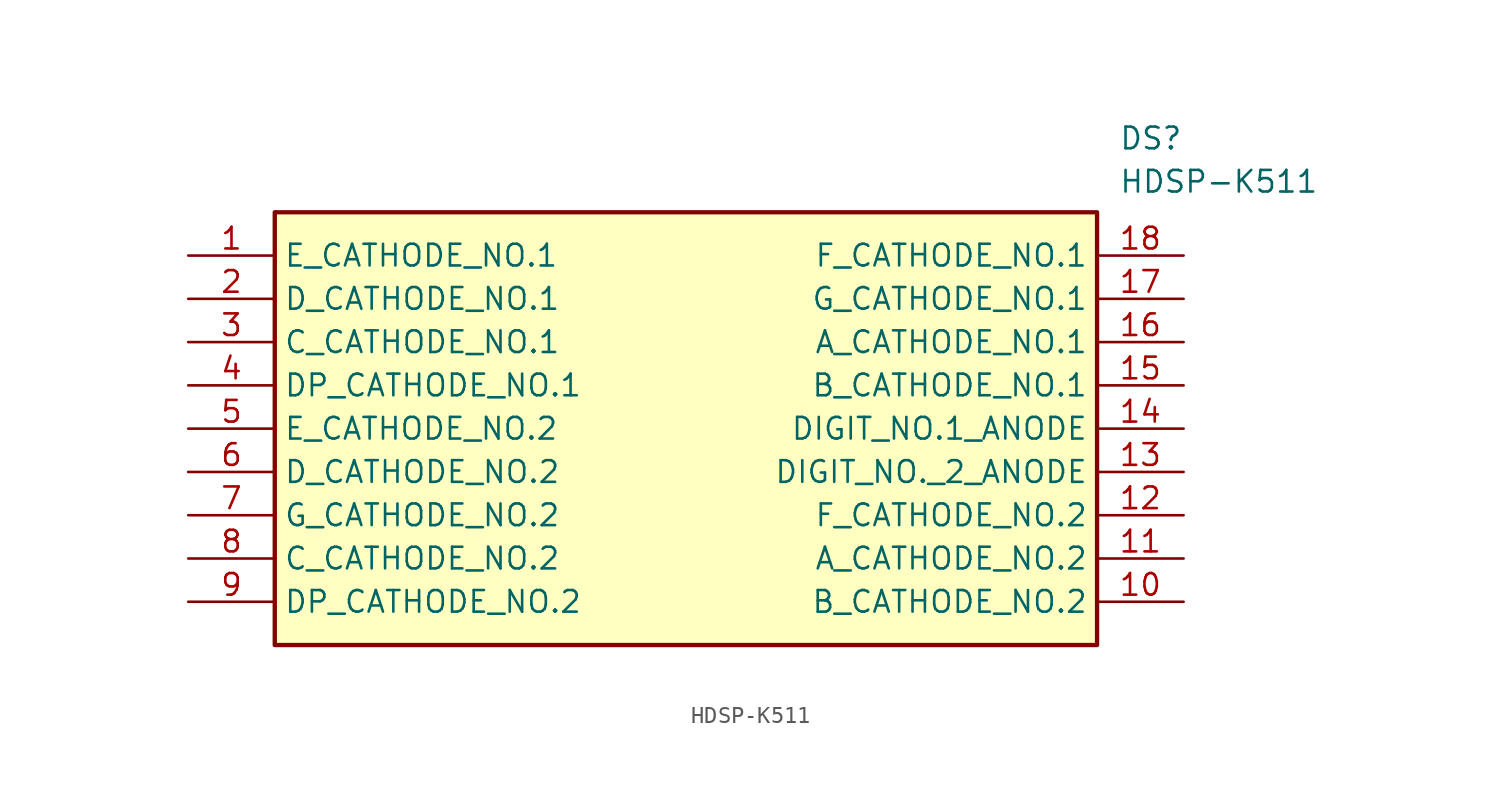
<source format=kicad_sym>
(kicad_symbol_lib
  (version 20211014)
  (generator SamacSys_ECAD_Model)
  (symbol "HDSP-K511"
    (property "Reference" "DS"
      (at 54.61 7.62 0)
      (effects (font (size 1.27 1.27)) (justify left top)))
    (property "Value" "HDSP-K511"
      (at 54.61 5.08 0)
      (effects (font (size 1.27 1.27)) (justify left top)))
    (rectangle
      (start 5.08 2.54)
      (end 53.34 -22.86)
      (stroke (width 0.254) (type default))
      (fill (type background)))
    (pin passive line
      (at 0 0 0)
      (length 5.08)
      (name "E_CATHODE_NO.1" (effects (font (size 1.27 1.27))))
      (number "1" (effects (font (size 1.27 1.27)))))
    (pin passive line
      (at 0 -2.54 0)
      (length 5.08)
      (name "D_CATHODE_NO.1" (effects (font (size 1.27 1.27))))
      (number "2" (effects (font (size 1.27 1.27)))))
    (pin passive line
      (at 0 -5.08 0)
      (length 5.08)
      (name "C_CATHODE_NO.1" (effects (font (size 1.27 1.27))))
      (number "3" (effects (font (size 1.27 1.27)))))
    (pin passive line
      (at 0 -7.62 0)
      (length 5.08)
      (name "DP_CATHODE_NO.1" (effects (font (size 1.27 1.27))))
      (number "4" (effects (font (size 1.27 1.27)))))
    (pin passive line
      (at 0 -10.16 0)
      (length 5.08)
      (name "E_CATHODE_NO.2" (effects (font (size 1.27 1.27))))
      (number "5" (effects (font (size 1.27 1.27)))))
    (pin passive line
      (at 0 -12.7 0)
      (length 5.08)
      (name "D_CATHODE_NO.2" (effects (font (size 1.27 1.27))))
      (number "6" (effects (font (size 1.27 1.27)))))
    (pin passive line
      (at 0 -15.24 0)
      (length 5.08)
      (name "G_CATHODE_NO.2" (effects (font (size 1.27 1.27))))
      (number "7" (effects (font (size 1.27 1.27)))))
    (pin passive line
      (at 0 -17.78 0)
      (length 5.08)
      (name "C_CATHODE_NO.2" (effects (font (size 1.27 1.27))))
      (number "8" (effects (font (size 1.27 1.27)))))
    (pin passive line
      (at 0 -20.32 0)
      (length 5.08)
      (name "DP_CATHODE_NO.2" (effects (font (size 1.27 1.27))))
      (number "9" (effects (font (size 1.27 1.27)))))
    (pin passive line
      (at 58.42 0 180)
      (length 5.08)
      (name "F_CATHODE_NO.1" (effects (font (size 1.27 1.27))))
      (number "18" (effects (font (size 1.27 1.27)))))
    (pin passive line
      (at 58.42 -2.54 180)
      (length 5.08)
      (name "G_CATHODE_NO.1" (effects (font (size 1.27 1.27))))
      (number "17" (effects (font (size 1.27 1.27)))))
    (pin passive line
      (at 58.42 -5.08 180)
      (length 5.08)
      (name "A_CATHODE_NO.1" (effects (font (size 1.27 1.27))))
      (number "16" (effects (font (size 1.27 1.27)))))
    (pin passive line
      (at 58.42 -7.62 180)
      (length 5.08)
      (name "B_CATHODE_NO.1" (effects (font (size 1.27 1.27))))
      (number "15" (effects (font (size 1.27 1.27)))))
    (pin passive line
      (at 58.42 -10.16 180)
      (length 5.08)
      (name "DIGIT_NO.1_ANODE" (effects (font (size 1.27 1.27))))
      (number "14" (effects (font (size 1.27 1.27)))))
    (pin passive line
      (at 58.42 -12.7 180)
      (length 5.08)
      (name "DIGIT_NO._2_ANODE" (effects (font (size 1.27 1.27))))
      (number "13" (effects (font (size 1.27 1.27)))))
    (pin passive line
      (at 58.42 -15.24 180)
      (length 5.08)
      (name "F_CATHODE_NO.2" (effects (font (size 1.27 1.27))))
      (number "12" (effects (font (size 1.27 1.27)))))
    (pin passive line
      (at 58.42 -17.78 180)
      (length 5.08)
      (name "A_CATHODE_NO.2" (effects (font (size 1.27 1.27))))
      (number "11" (effects (font (size 1.27 1.27)))))
    (pin passive line
      (at 58.42 -20.32 180)
      (length 5.08)
      (name "B_CATHODE_NO.2" (effects (font (size 1.27 1.27))))
      (number "10" (effects (font (size 1.27 1.27)))))))
</source>
